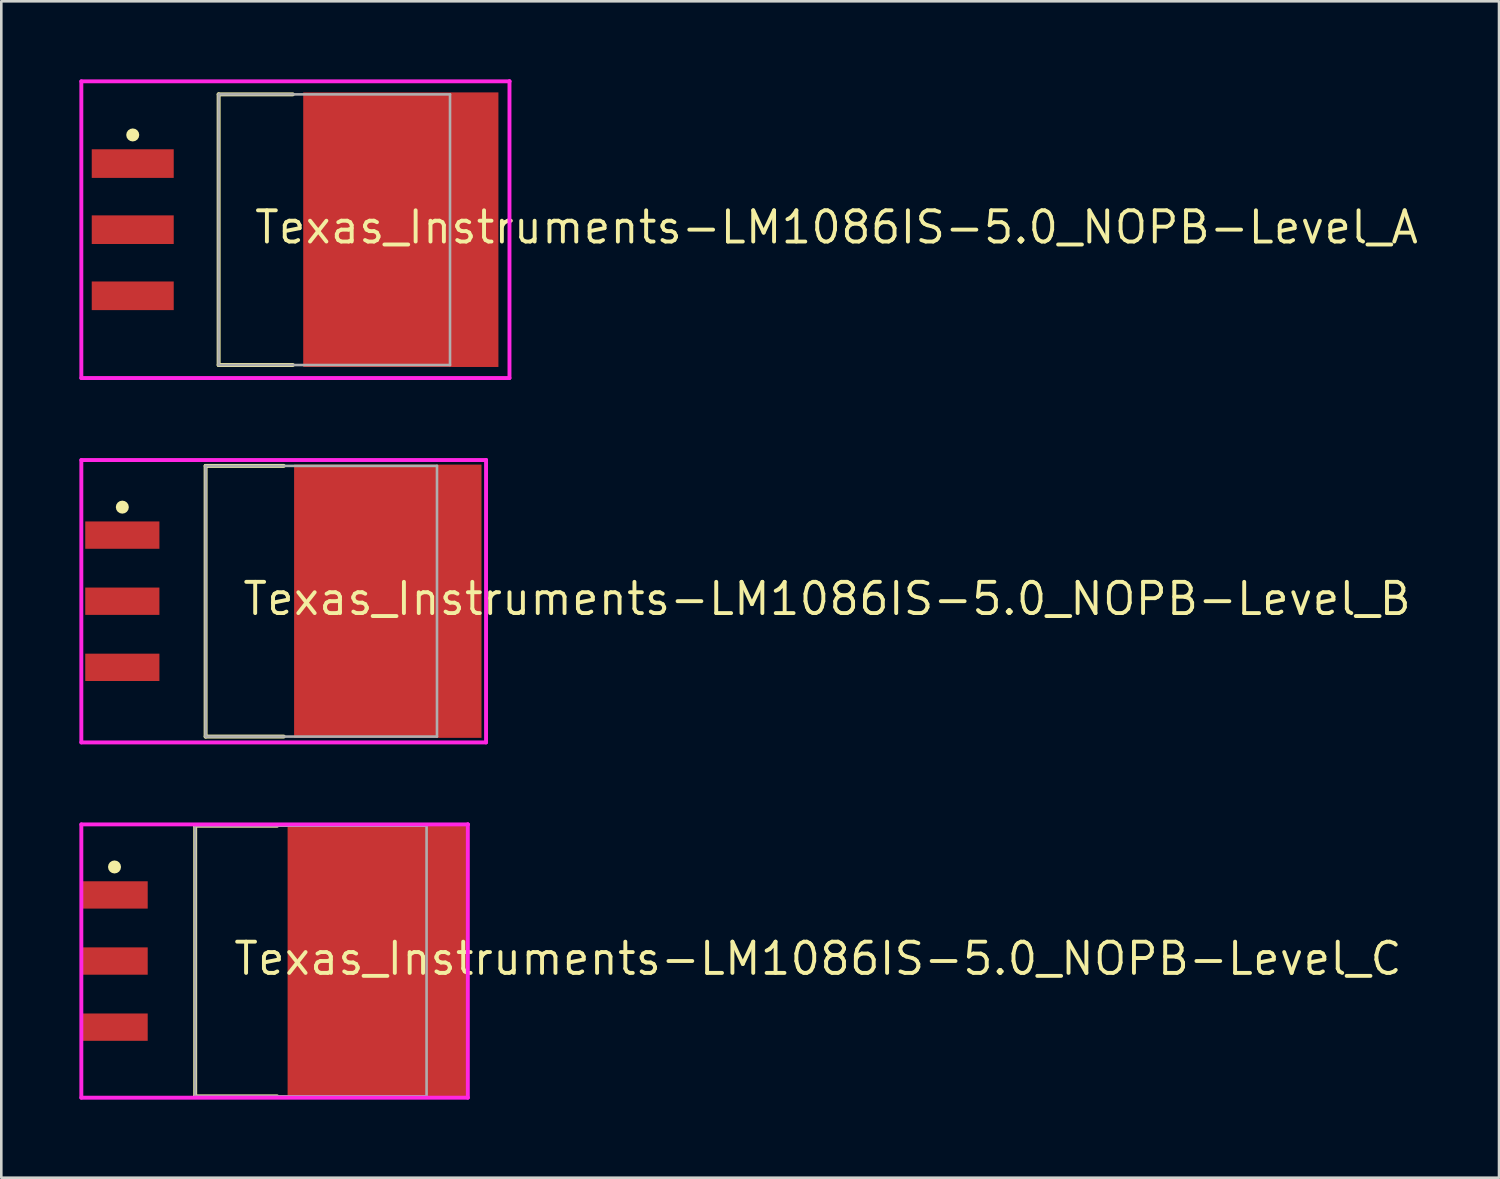
<source format=kicad_pcb>
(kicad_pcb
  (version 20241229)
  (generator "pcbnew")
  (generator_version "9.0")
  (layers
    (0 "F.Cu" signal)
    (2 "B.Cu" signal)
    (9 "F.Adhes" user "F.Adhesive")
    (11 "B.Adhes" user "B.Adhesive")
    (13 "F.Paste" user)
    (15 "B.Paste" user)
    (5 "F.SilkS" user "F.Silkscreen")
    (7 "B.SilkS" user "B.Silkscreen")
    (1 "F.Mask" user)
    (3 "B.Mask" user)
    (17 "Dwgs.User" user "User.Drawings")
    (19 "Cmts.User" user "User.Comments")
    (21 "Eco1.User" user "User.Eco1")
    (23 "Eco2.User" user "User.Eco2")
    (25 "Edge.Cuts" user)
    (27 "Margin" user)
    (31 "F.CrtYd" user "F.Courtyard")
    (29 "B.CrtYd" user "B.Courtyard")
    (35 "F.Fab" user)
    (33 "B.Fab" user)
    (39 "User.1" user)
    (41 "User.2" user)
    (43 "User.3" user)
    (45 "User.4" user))
  (footprint "Texas_Instruments-LM1086IS-5.0_NOPB-Level_C"
    (layer "F.Cu")
    (at 7.5 33.875)
    (property "Reference" "Texas_Instruments-LM1086IS-5.0_NOPB-Level_C" (at -1.651 -0.092 0) (layer "F.SilkS") (effects (font (size 1.2 1.2) (thickness 0.15)) (justify left)))
    (attr through_hole)
    (fp_line (start -3.05 -5.2) (end 0.1 -5.2) (stroke (width 0.15) (type solid)) (layer "F.SilkS"))
    (fp_line (start -3.05 5.2) (end -3.05 -5.2) (stroke (width 0.15) (type solid)) (layer "F.SilkS"))
    (fp_line (start -3.05 5.2) (end 0.1 5.2) (stroke (width 0.15) (type solid)) (layer "F.SilkS"))
    (fp_circle (center -6.15 -3.615) (end -6.025 -3.615) (stroke (width 0.25) (type solid)) (fill no) (layer "F.SilkS"))
    (fp_line (start -7.425 -5.25) (end -7.425 5.25) (stroke (width 0.15) (type solid)) (layer "F.CrtYd"))
    (fp_line (start -7.425 5.25) (end 7.425 5.25) (stroke (width 0.15) (type solid)) (layer "F.CrtYd"))
    (fp_line (start 7.425 -5.25) (end -7.425 -5.25) (stroke (width 0.15) (type solid)) (layer "F.CrtYd"))
    (fp_line (start 7.425 -5.25) (end 7.425 -5.25) (stroke (width 0.15) (type solid)) (layer "F.CrtYd"))
    (fp_line (start 7.425 5.25) (end 7.425 -5.25) (stroke (width 0.15) (type solid)) (layer "F.CrtYd"))
    (fp_line (start -3.05 -5.2) (end 5.84 -5.2) (stroke (width 0.1) (type solid)) (layer "F.Fab"))
    (fp_line (start -3.05 5.2) (end -3.05 -5.2) (stroke (width 0.1) (type solid)) (layer "F.Fab"))
    (fp_line (start -3.05 5.2) (end 5.84 5.2) (stroke (width 0.1) (type solid)) (layer "F.Fab"))
    (fp_line (start 5.84 5.2) (end 5.84 -5.2) (stroke (width 0.1) (type solid)) (layer "F.Fab"))
    (pad "1" smd rect (at -6.15 -2.54 270) (size 1.05 2.55) (layers "F.Cu" "F.Mask" "F.Paste"))
    (pad "2" smd rect (at -6.15 0 270) (size 1.05 2.55) (layers "F.Cu" "F.Mask" "F.Paste"))
    (pad "3" smd rect (at -6.15 2.54 270) (size 1.05 2.55) (layers "F.Cu" "F.Mask" "F.Paste"))
    (pad "4" smd rect (at 3.95 -0.000001 270) (size 10.45 6.9) (layers "F.Cu" "F.Mask" "F.Paste")))
  (footprint "Texas_Instruments-LM1086IS-5.0_NOPB-Level_A"
    (layer "F.Cu")
    (at 8.3 5.775)
    (property "Reference" "Texas_Instruments-LM1086IS-5.0_NOPB-Level_A" (at -1.651 -0.092 0) (layer "F.SilkS") (effects (font (size 1.2 1.2) (thickness 0.15)) (justify left)))
    (attr through_hole)
    (fp_line (start -2.95 -5.2) (end -0.1 -5.2) (stroke (width 0.15) (type solid)) (layer "F.SilkS"))
    (fp_line (start -2.95 5.2) (end -2.95 -5.2) (stroke (width 0.15) (type solid)) (layer "F.SilkS"))
    (fp_line (start -2.95 5.2) (end -0.1 5.2) (stroke (width 0.15) (type solid)) (layer "F.SilkS"))
    (fp_circle (center -6.25 -3.64) (end -6.125 -3.64) (stroke (width 0.25) (type solid)) (fill no) (layer "F.SilkS"))
    (fp_line (start -8.225 -5.7) (end -8.225 5.7) (stroke (width 0.15) (type solid)) (layer "F.CrtYd"))
    (fp_line (start -8.225 5.7) (end 8.225 5.7) (stroke (width 0.15) (type solid)) (layer "F.CrtYd"))
    (fp_line (start 8.225 -5.7) (end -8.225 -5.7) (stroke (width 0.15) (type solid)) (layer "F.CrtYd"))
    (fp_line (start 8.225 -5.7) (end 8.225 -5.7) (stroke (width 0.15) (type solid)) (layer "F.CrtYd"))
    (fp_line (start 8.225 5.7) (end 8.225 -5.7) (stroke (width 0.15) (type solid)) (layer "F.CrtYd"))
    (fp_line (start -2.95 -5.2) (end 5.94 -5.2) (stroke (width 0.1) (type solid)) (layer "F.Fab"))
    (fp_line (start -2.95 5.2) (end -2.95 -5.2) (stroke (width 0.1) (type solid)) (layer "F.Fab"))
    (fp_line (start -2.95 5.2) (end 5.94 5.2) (stroke (width 0.1) (type solid)) (layer "F.Fab"))
    (fp_line (start 5.94 5.2) (end 5.94 -5.2) (stroke (width 0.1) (type solid)) (layer "F.Fab"))
    (pad "1" smd rect (at -6.25 -2.54 270) (size 1.1 3.15) (layers "F.Cu" "F.Mask" "F.Paste"))
    (pad "2" smd rect (at -6.25 0 270) (size 1.1 3.15) (layers "F.Cu" "F.Mask" "F.Paste"))
    (pad "3" smd rect (at -6.25 2.54 270) (size 1.1 3.15) (layers "F.Cu" "F.Mask" "F.Paste"))
    (pad "4" smd rect (at 4.05 -0.000001 270) (size 10.55 7.5) (layers "F.Cu" "F.Mask" "F.Paste")))
  (footprint "Texas_Instruments-LM1086IS-5.0_NOPB-Level_B"
    (layer "F.Cu")
    (at 7.85 20.05)
    (property "Reference" "Texas_Instruments-LM1086IS-5.0_NOPB-Level_B" (at -1.651 -0.092 0) (layer "F.SilkS") (effects (font (size 1.2 1.2) (thickness 0.15)) (justify left)))
    (attr through_hole)
    (fp_line (start -3 -5.2) (end 0 -5.2) (stroke (width 0.15) (type solid)) (layer "F.SilkS"))
    (fp_line (start -3 5.2) (end -3 -5.2) (stroke (width 0.15) (type solid)) (layer "F.SilkS"))
    (fp_line (start -3 5.2) (end 0 5.2) (stroke (width 0.15) (type solid)) (layer "F.SilkS"))
    (fp_circle (center -6.2 -3.615) (end -6.075 -3.615) (stroke (width 0.25) (type solid)) (fill no) (layer "F.SilkS"))
    (fp_line (start -7.775 -5.425) (end -7.775 5.425) (stroke (width 0.15) (type solid)) (layer "F.CrtYd"))
    (fp_line (start -7.775 5.425) (end 7.775 5.425) (stroke (width 0.15) (type solid)) (layer "F.CrtYd"))
    (fp_line (start 7.775 -5.425) (end -7.775 -5.425) (stroke (width 0.15) (type solid)) (layer "F.CrtYd"))
    (fp_line (start 7.775 -5.425) (end 7.775 -5.425) (stroke (width 0.15) (type solid)) (layer "F.CrtYd"))
    (fp_line (start 7.775 5.425) (end 7.775 -5.425) (stroke (width 0.15) (type solid)) (layer "F.CrtYd"))
    (fp_line (start -3 -5.2) (end 5.89 -5.2) (stroke (width 0.1) (type solid)) (layer "F.Fab"))
    (fp_line (start -3 5.2) (end -3 -5.2) (stroke (width 0.1) (type solid)) (layer "F.Fab"))
    (fp_line (start -3 5.2) (end 5.89 5.2) (stroke (width 0.1) (type solid)) (layer "F.Fab"))
    (fp_line (start 5.89 5.2) (end 5.89 -5.2) (stroke (width 0.1) (type solid)) (layer "F.Fab"))
    (pad "1" smd rect (at -6.2 -2.54 270) (size 1.05 2.85) (layers "F.Cu" "F.Mask" "F.Paste"))
    (pad "2" smd rect (at -6.2 0 270) (size 1.05 2.85) (layers "F.Cu" "F.Mask" "F.Paste"))
    (pad "3" smd rect (at -6.2 2.54 270) (size 1.05 2.85) (layers "F.Cu" "F.Mask" "F.Paste"))
    (pad "4" smd rect (at 4 -0.000001 270) (size 10.5 7.2) (layers "F.Cu" "F.Mask" "F.Paste")))
  (gr_rect
    (start -3 -3)
    (end 54.545 42.2)
    (stroke (width 0.1) (type default))
    (fill no)
    (layer "Edge.Cuts")))
</source>
